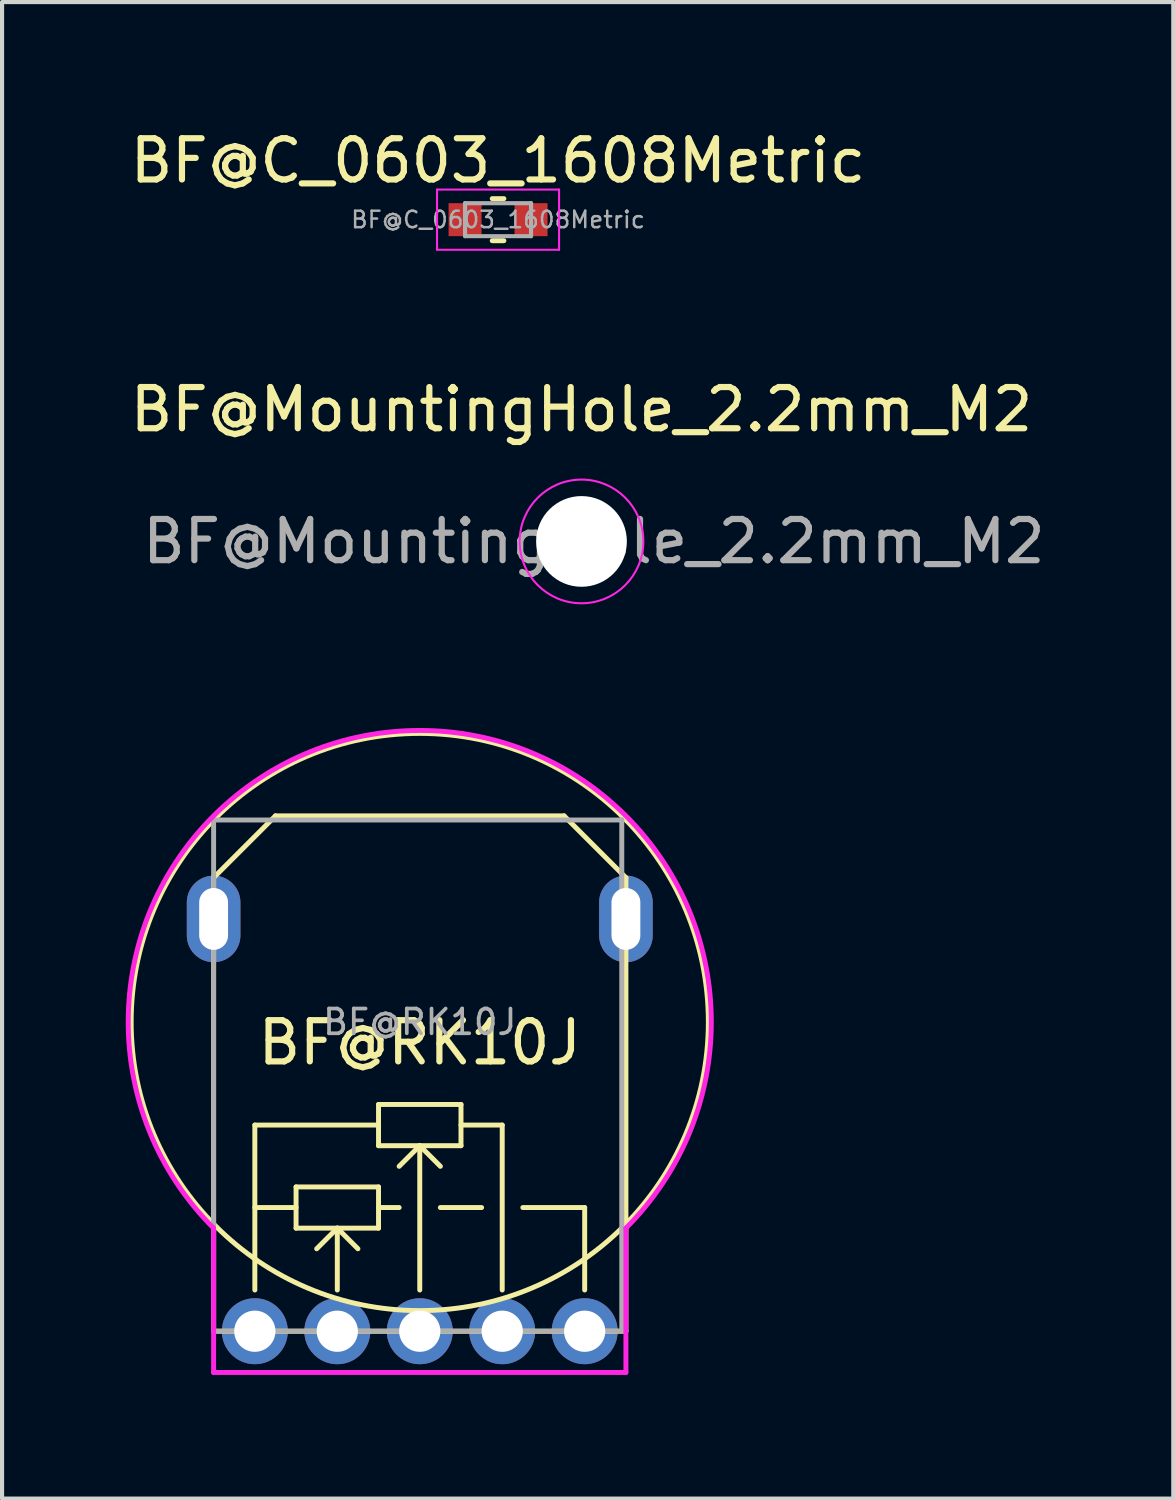
<source format=kicad_pcb>
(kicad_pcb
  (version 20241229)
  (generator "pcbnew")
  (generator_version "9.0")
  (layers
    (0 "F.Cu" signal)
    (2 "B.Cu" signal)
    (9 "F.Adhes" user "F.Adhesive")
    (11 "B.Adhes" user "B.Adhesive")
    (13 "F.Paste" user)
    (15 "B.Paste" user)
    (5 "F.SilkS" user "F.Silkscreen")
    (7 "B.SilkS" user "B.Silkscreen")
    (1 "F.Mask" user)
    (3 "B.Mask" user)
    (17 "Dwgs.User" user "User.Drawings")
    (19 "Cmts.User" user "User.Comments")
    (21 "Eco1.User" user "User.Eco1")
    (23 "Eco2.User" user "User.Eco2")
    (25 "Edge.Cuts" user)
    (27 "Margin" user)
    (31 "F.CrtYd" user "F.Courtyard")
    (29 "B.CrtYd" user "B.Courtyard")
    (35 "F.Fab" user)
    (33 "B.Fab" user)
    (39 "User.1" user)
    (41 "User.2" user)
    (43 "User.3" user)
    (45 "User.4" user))
  (footprint "BF@C_0603_1608Metric"
    (layer "F.Cu")
    (at 9.03 2.278)
    (property "Reference" "BF@C_0603_1608Metric" (at 0 -1.43 0) (layer "F.SilkS") (effects (font (size 1 1) (thickness 0.15))))
    (attr smd)
    (fp_line (start -0.141 -0.51) (end 0.141 -0.51) (stroke (width 0.12) (type solid)) (layer "F.SilkS"))
    (fp_line (start -0.141 0.51) (end 0.141 0.51) (stroke (width 0.12) (type solid)) (layer "F.SilkS"))
    (fp_line (start -1.48 -0.73) (end 1.48 -0.73) (stroke (width 0.05) (type solid)) (layer "F.CrtYd"))
    (fp_line (start -1.48 0.73) (end -1.48 -0.73) (stroke (width 0.05) (type solid)) (layer "F.CrtYd"))
    (fp_line (start 1.48 -0.73) (end 1.48 0.73) (stroke (width 0.05) (type solid)) (layer "F.CrtYd"))
    (fp_line (start 1.48 0.73) (end -1.48 0.73) (stroke (width 0.05) (type solid)) (layer "F.CrtYd"))
    (fp_line (start -0.8 -0.4) (end 0.8 -0.4) (stroke (width 0.1) (type solid)) (layer "F.Fab"))
    (fp_line (start -0.8 0.4) (end -0.8 -0.4) (stroke (width 0.1) (type solid)) (layer "F.Fab"))
    (fp_line (start 0.8 -0.4) (end 0.8 0.4) (stroke (width 0.1) (type solid)) (layer "F.Fab"))
    (fp_line (start 0.8 0.4) (end -0.8 0.4) (stroke (width 0.1) (type solid)) (layer "F.Fab"))
    (fp_text user "${REFERENCE}" (at 0 0 0) (layer "F.Fab") (effects (font (size 0.4 0.4) (thickness 0.06))))
    (pad "1" smd rect (at -0.8 0) (size 0.8 0.8) (layers "F.Cu" "F.Mask" "F.Paste"))
    (pad "2" smd rect (at 0.8 0) (size 0.8 0.8) (layers "F.Cu" "F.Mask" "F.Paste")))
  (footprint "BF@RK10J"
    (layer "F.Cu")
    (at 7.131 21.738)
    (property "Reference" "BF@RK10J" (at 0 0.5 0) (layer "F.SilkS") (effects (font (size 1 1) (thickness 0.15))))
    (attr through_hole)
    (fp_line (start -5 -3.5) (end -3.5 -5) (stroke (width 0.12) (type solid)) (layer "F.SilkS"))
    (fp_line (start -5 7.5) (end -5 -3.5) (stroke (width 0.12) (type solid)) (layer "F.SilkS"))
    (fp_line (start -4 2.5) (end -4 6.5) (stroke (width 0.12) (type solid)) (layer "F.SilkS"))
    (fp_line (start -3.5 -5) (end 3.5 -5) (stroke (width 0.12) (type solid)) (layer "F.SilkS"))
    (fp_line (start -3 4) (end -1 4) (stroke (width 0.12) (type solid)) (layer "F.SilkS"))
    (fp_line (start -3 4.5) (end -4 4.5) (stroke (width 0.12) (type solid)) (layer "F.SilkS"))
    (fp_line (start -3 5) (end -3 4) (stroke (width 0.12) (type solid)) (layer "F.SilkS"))
    (fp_line (start -2 5) (end -2.5 5.5) (stroke (width 0.12) (type solid)) (layer "F.SilkS"))
    (fp_line (start -2 5) (end -2 6.5) (stroke (width 0.12) (type solid)) (layer "F.SilkS"))
    (fp_line (start -2 5) (end -1.5 5.5) (stroke (width 0.12) (type solid)) (layer "F.SilkS"))
    (fp_line (start -1 2) (end -1 3) (stroke (width 0.12) (type solid)) (layer "F.SilkS"))
    (fp_line (start -1 2) (end 1 2) (stroke (width 0.12) (type solid)) (layer "F.SilkS"))
    (fp_line (start -1 2.5) (end -4 2.5) (stroke (width 0.12) (type solid)) (layer "F.SilkS"))
    (fp_line (start -1 4) (end -1 5) (stroke (width 0.12) (type solid)) (layer "F.SilkS"))
    (fp_line (start -1 4.5) (end -0.5 4.5) (stroke (width 0.12) (type solid)) (layer "F.SilkS"))
    (fp_line (start -1 5) (end -3 5) (stroke (width 0.12) (type solid)) (layer "F.SilkS"))
    (fp_line (start 0 3) (end -0.5 3.5) (stroke (width 0.12) (type solid)) (layer "F.SilkS"))
    (fp_line (start 0 3) (end 0 6.5) (stroke (width 0.12) (type solid)) (layer "F.SilkS"))
    (fp_line (start 0 3) (end 0.5 3.5) (stroke (width 0.12) (type solid)) (layer "F.SilkS"))
    (fp_line (start 0.5 4.5) (end 1.5 4.5) (stroke (width 0.12) (type solid)) (layer "F.SilkS"))
    (fp_line (start 1 2) (end 1 3) (stroke (width 0.12) (type solid)) (layer "F.SilkS"))
    (fp_line (start 1 2.5) (end 2 2.5) (stroke (width 0.12) (type solid)) (layer "F.SilkS"))
    (fp_line (start 1 3) (end -1 3) (stroke (width 0.12) (type solid)) (layer "F.SilkS"))
    (fp_line (start 2 2.5) (end 2 6.5) (stroke (width 0.12) (type solid)) (layer "F.SilkS"))
    (fp_line (start 2.5 4.5) (end 4 4.5) (stroke (width 0.12) (type solid)) (layer "F.SilkS"))
    (fp_line (start 4 4.5) (end 4 6.5) (stroke (width 0.12) (type solid)) (layer "F.SilkS"))
    (fp_line (start 5 -3.5) (end 3.5 -5) (stroke (width 0.12) (type solid)) (layer "F.SilkS"))
    (fp_line (start 5 -3.5) (end 5 7.5) (stroke (width 0.12) (type solid)) (layer "F.SilkS"))
    (fp_line (start 5 7.5) (end -5 7.5) (stroke (width 0.12) (type solid)) (layer "F.SilkS"))
    (fp_circle (center 0 0) (end 0 -7) (stroke (width 0.12) (type solid)) (fill no) (layer "F.SilkS"))
    (fp_line (start -5 8.5) (end 5 8.5) (stroke (width 0.12) (type solid)) (layer "F.CrtYd"))
    (fp_line (start -5 5) (end -5 8.5) (stroke (width 0.12) (type solid)) (layer "F.CrtYd"))
    (fp_line (start 5 8.5) (end 5 5) (stroke (width 0.12) (type solid)) (layer "F.CrtYd"))
    (fp_arc (start -4.999999 4.999999) (mid 0 -7.071066) (end 4.999999 4.999999) (stroke (width 0.12) (type solid)) (layer "F.CrtYd"))
    (fp_line (start -5 -4.9) (end 4.9 -4.9) (stroke (width 0.12) (type solid)) (layer "F.Fab"))
    (fp_line (start -5 7.5) (end -5 -4.9) (stroke (width 0.12) (type solid)) (layer "F.Fab"))
    (fp_line (start 4.9 -4.9) (end 4.9 7.5) (stroke (width 0.12) (type solid)) (layer "F.Fab"))
    (fp_line (start 4.9 7.5) (end -5 7.5) (stroke (width 0.12) (type solid)) (layer "F.Fab"))
    (fp_text user "${REFERENCE}" (at 0 0 0) (layer "F.Fab") (effects (font (size 0.6 0.6) (thickness 0.09))))
    (pad "1" thru_hole circle (at -4 7.5) (size 1.6 1.6) (drill 1) (layers "*.Cu" "*.Mask"))
    (pad "2" thru_hole circle (at -2 7.5) (size 1.6 1.6) (drill 1) (layers "*.Cu" "*.Mask"))
    (pad "3" thru_hole circle (at 0 7.5) (size 1.6 1.6) (drill 1) (layers "*.Cu" "*.Mask"))
    (pad "4" thru_hole circle (at 2 7.5) (size 1.6 1.6) (drill 1) (layers "*.Cu" "*.Mask"))
    (pad "5" thru_hole circle (at 4 7.5) (size 1.6 1.6) (drill 1) (layers "*.Cu" "*.Mask"))
    (pad "6" thru_hole oval (at -5 -2.5) (size 1.3 2.1) (drill oval 0.7 1.5) (layers "*.Cu" "*.Mask"))
    (pad "6" thru_hole oval (at 5 -2.5) (size 1.3 2.1) (drill oval 0.7 1.5) (layers "*.Cu" "*.Mask")))
  (footprint "BF@MountingHole_2.2mm_M2"
    (layer "F.Cu")
    (at 11.054 10.082)
    (property "Reference" "BF@MountingHole_2.2mm_M2" (at 0 -3.2 0) (layer "F.SilkS") (effects (font (size 1 1) (thickness 0.15))))
    (attr exclude_from_pos_files exclude_from_bom)
    (fp_circle (center 0 0) (end 1.5 0) (stroke (width 0.05) (type solid)) (fill no) (layer "F.CrtYd"))
    (fp_text user "${REFERENCE}" (at 0.3 0 0) (layer "F.Fab") (effects (font (size 1 1) (thickness 0.15))))
    (pad "" np_thru_hole circle (at 0 0) (size 2.2 2.2) (drill 2.2) (layers "*.Cu" "*.Mask")))
  (gr_rect
    (start -3 -3)
    (end 25.407 33.298)
    (stroke (width 0.1) (type default))
    (fill no)
    (layer "Edge.Cuts")))
</source>
